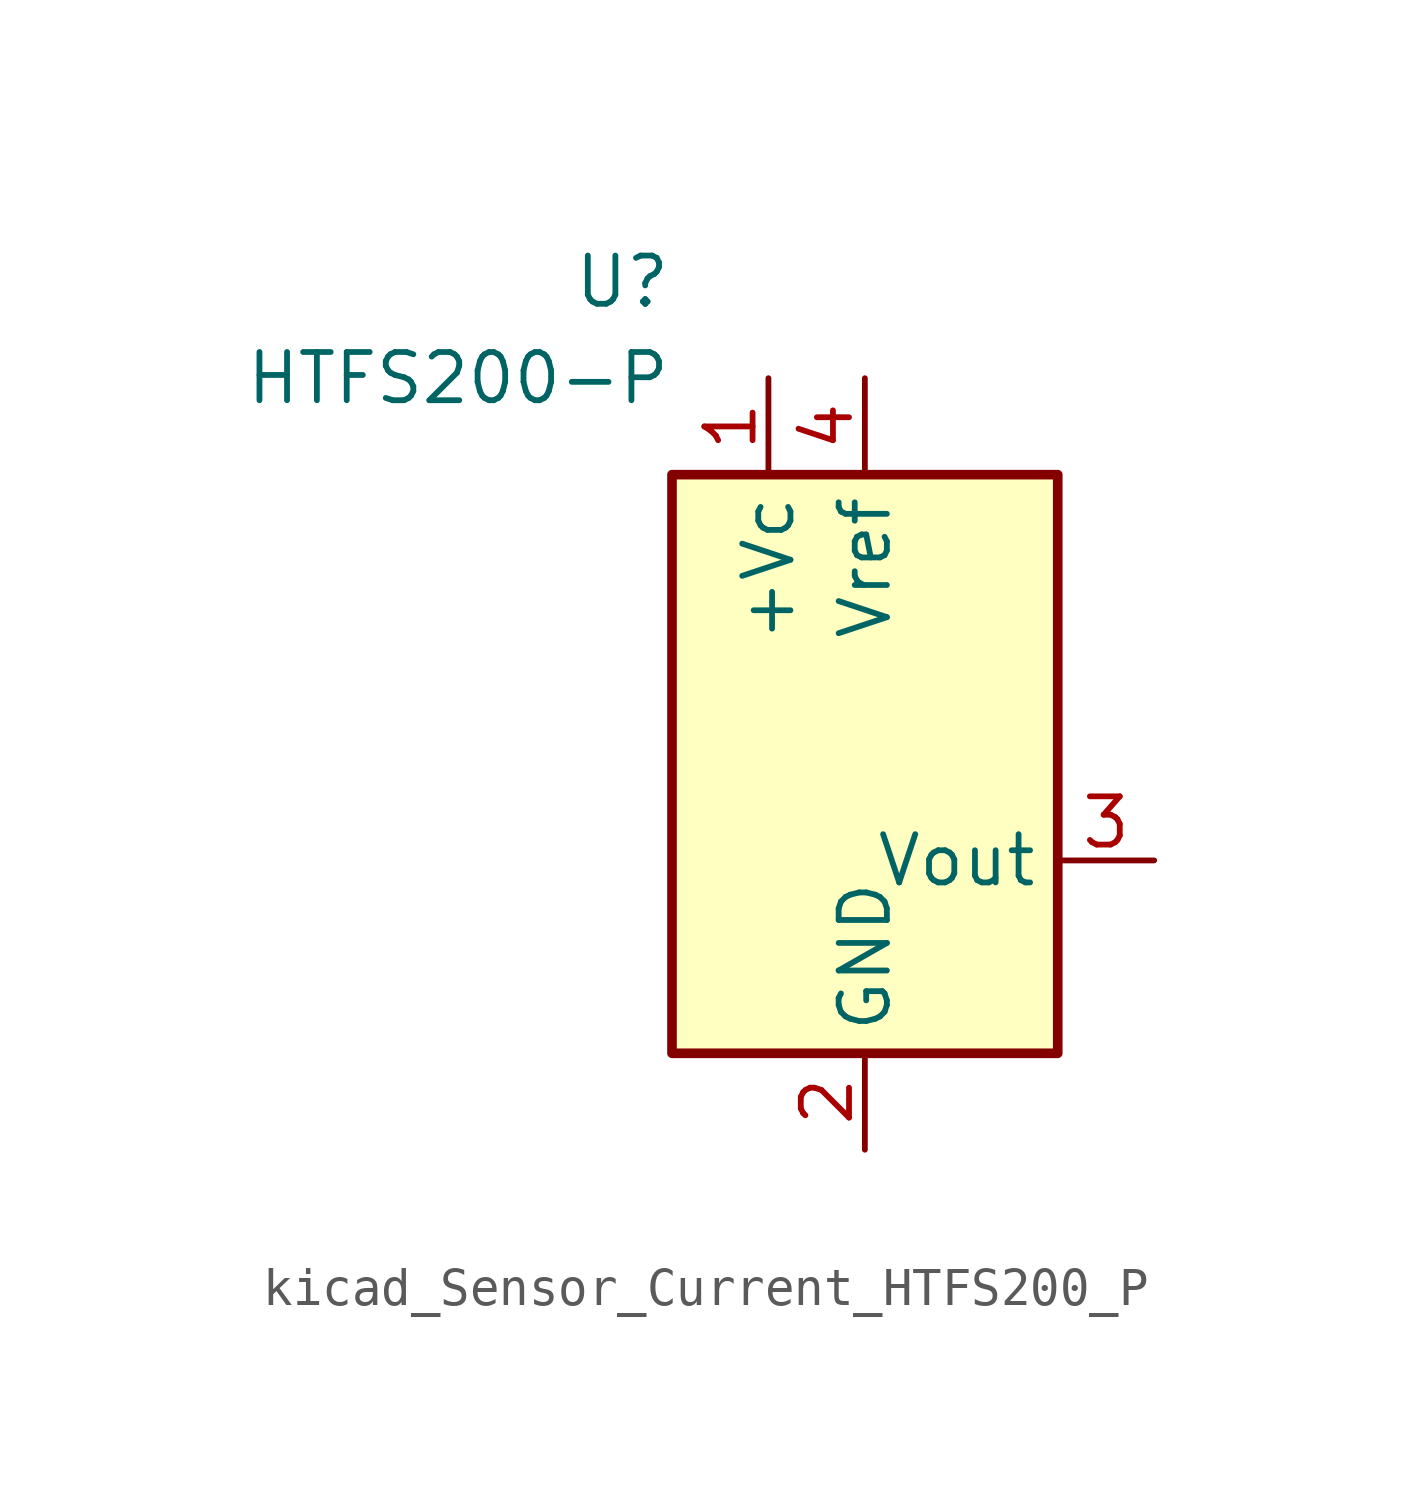
<source format=kicad_sym>
(kicad_symbol_lib
  (version 20220914)
  (generator kicad_symbol_editor)
  (symbol "kicad_Sensor_Current_HTFS200_P"
    (property "Reference" "U"
      (at 0 12.7 0)
      (effects (font (size 1.27 1.27)) (justify right)))
    (property "Value" "HTFS200-P"
      (at 0 10.16 0)
      (effects (font (size 1.27 1.27)) (justify right)))
    (symbol "kicad_Sensor_Current_HTFS200_P_0_1"
      (rectangle (start 0 7.62) (end 10.16 -7.62) (stroke (width 0.254) (type default)) (fill (type background))))
    (symbol "kicad_Sensor_Current_HTFS200_P_1_1"
      (pin power_in line (at 2.54 10.16 270) (length 2.54) (name "+Vc" (effects (font (size 1.27 1.27)))) (number "1" (effects (font (size 1.27 1.27)))))
      (pin power_in line (at 5.08 -10.16 90) (length 2.54) (name "GND" (effects (font (size 1.27 1.27)))) (number "2" (effects (font (size 1.27 1.27)))))
      (pin output line (at 12.7 -2.54 180) (length 2.54) (name "Vout" (effects (font (size 1.27 1.27)))) (number "3" (effects (font (size 1.27 1.27)))))
      (pin passive line (at 5.08 10.16 270) (length 2.54) (name "Vref" (effects (font (size 1.27 1.27)))) (number "4" (effects (font (size 1.27 1.27))))))))
</source>
